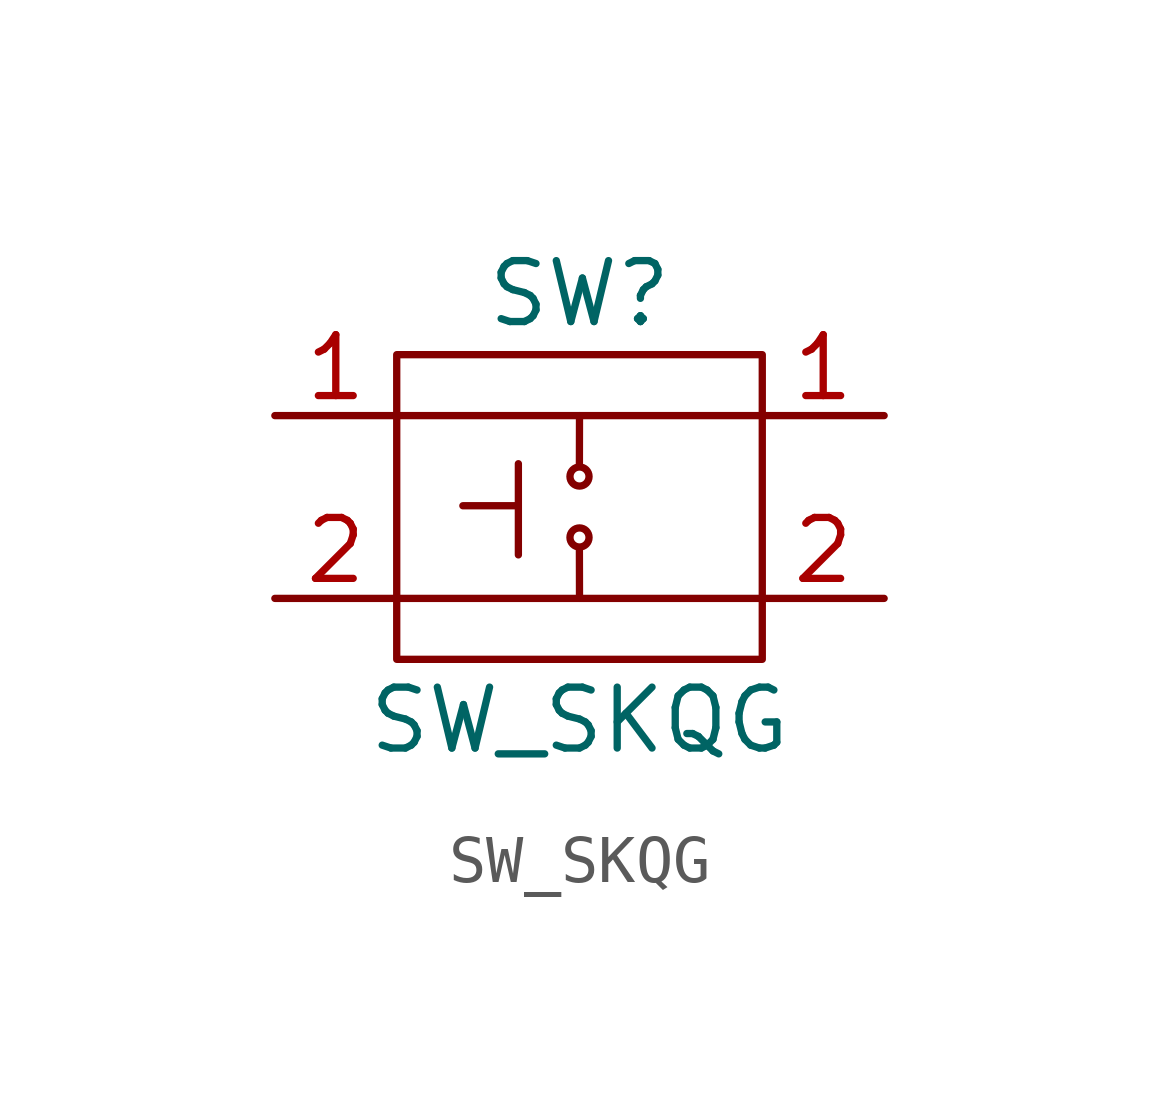
<source format=kicad_sym>
(kicad_symbol_lib
  (version 20220914)
  (generator kicad_symbol_editor)
  (symbol "SW_SKQG"
    (property "Reference" "SW"
      (at 0 0 0)
      (effects (font (size 1.27 1.27))))
    (property "Value" "SW_SKQG"
      (at 0 -8.89 0)
      (effects (font (size 1.27 1.27))))
    (symbol "SW_SKQG_0_1"
      (rectangle (start -3.81 -1.27) (end 3.81 -7.62) (stroke (width 0) (type default)) (fill (type none)))
      (circle (center 0 -5.08) (radius 0.199) (stroke (width 0) (type default)) (fill (type none)))
      (circle (center 0 -3.81) (radius 0.199) (stroke (width 0) (type default)) (fill (type none)))
      (polyline (pts (xy -3.81 -6.35) (xy 3.81 -6.35)) (stroke (width 0) (type default)) (fill (type none)))
      (polyline (pts (xy -3.81 -2.54) (xy 3.81 -2.54)) (stroke (width 0) (type default)) (fill (type none)))
      (polyline (pts (xy -1.291 -4.419) (xy -2.431 -4.419)) (stroke (width 0) (type default)) (fill (type none)))
      (polyline (pts (xy -1.274 -3.543) (xy -1.274 -5.443)) (stroke (width 0) (type default)) (fill (type none)))
      (polyline (pts (xy 0 -6.35) (xy -0.002 -5.328)) (stroke (width 0) (type default)) (fill (type none)))
      (polyline (pts (xy 0 -2.54) (xy -0.002 -3.576)) (stroke (width 0) (type default)) (fill (type none))))
    (symbol "SW_SKQG_1_1"
      (pin passive line (at -6.35 -2.54 0) (length 2.54) (name "" (effects (font (size 1.27 1.27)))) (number "1" (effects (font (size 1.27 1.27)))))
      (pin passive line (at 6.35 -2.54 180) (length 2.54) (name "" (effects (font (size 1.27 1.27)))) (number "1" (effects (font (size 1.27 1.27)))))
      (pin passive line (at -6.35 -6.35 0) (length 2.54) (name "" (effects (font (size 1.27 1.27)))) (number "2" (effects (font (size 1.27 1.27)))))
      (pin passive line (at 6.35 -6.35 180) (length 2.54) (name "" (effects (font (size 1.27 1.27)))) (number "2" (effects (font (size 1.27 1.27))))))))
</source>
